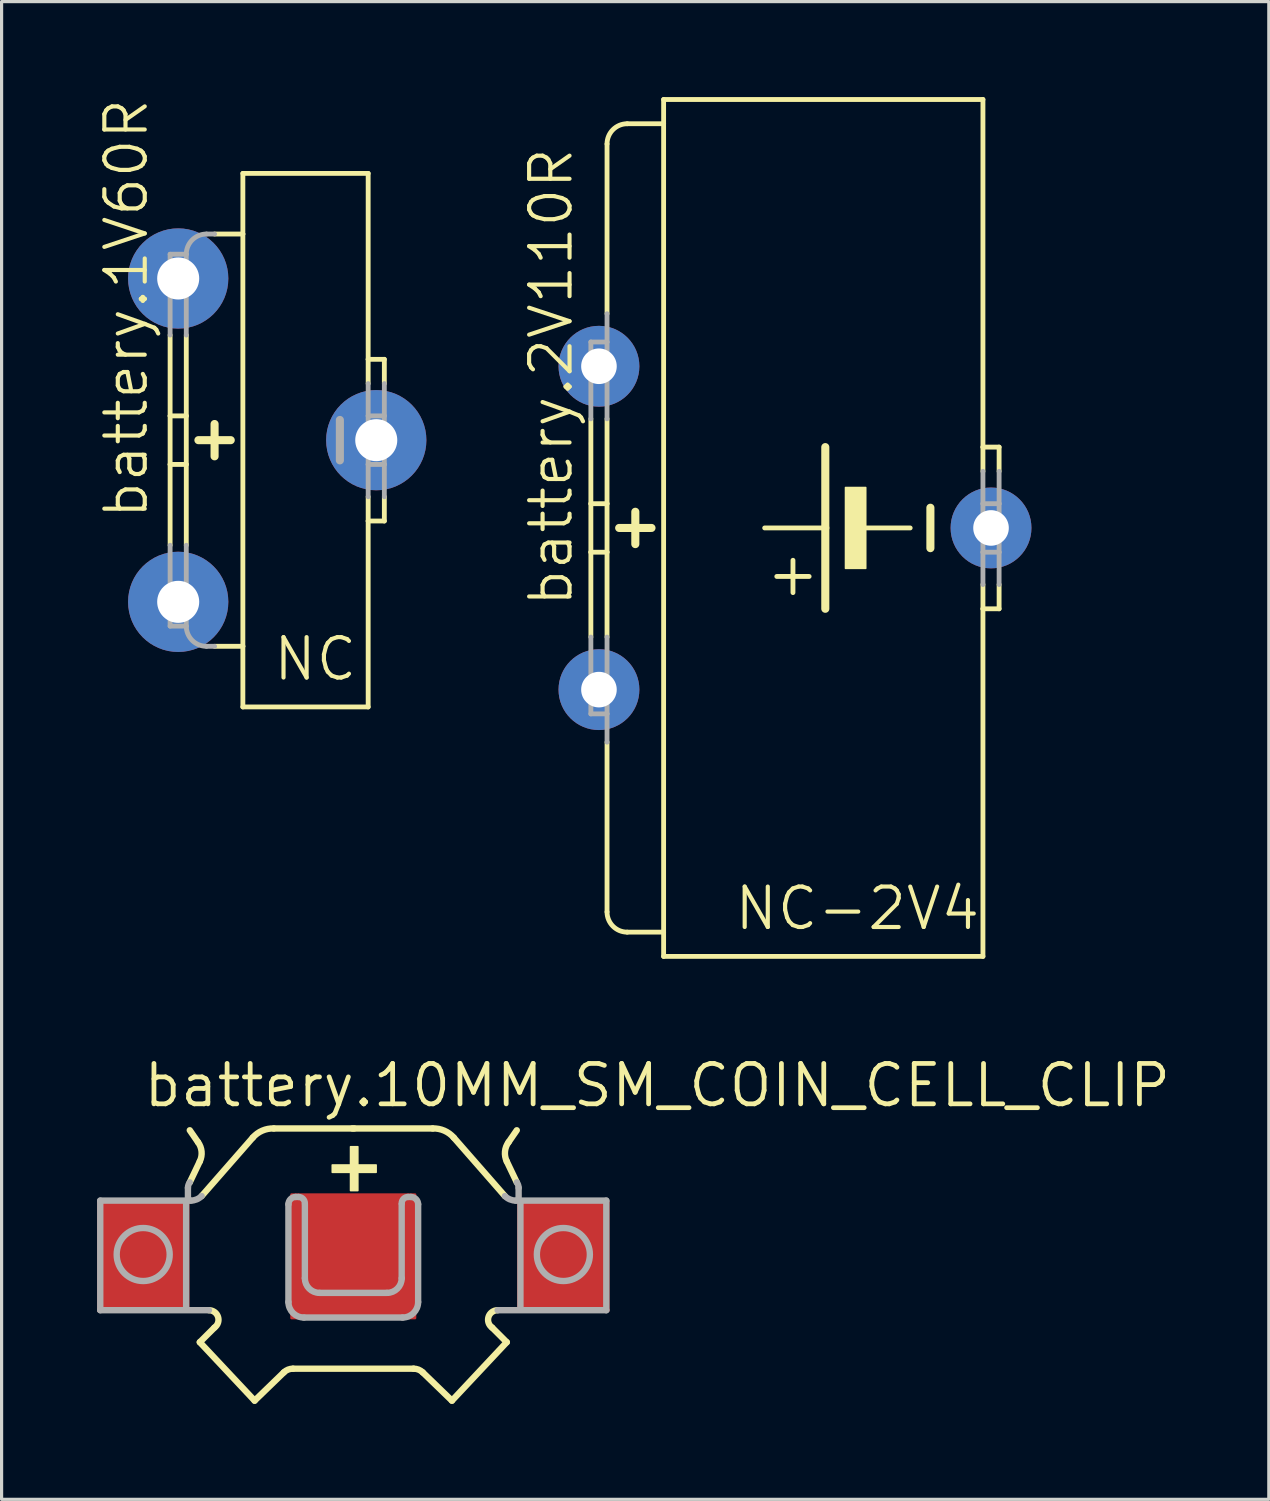
<source format=kicad_pcb>
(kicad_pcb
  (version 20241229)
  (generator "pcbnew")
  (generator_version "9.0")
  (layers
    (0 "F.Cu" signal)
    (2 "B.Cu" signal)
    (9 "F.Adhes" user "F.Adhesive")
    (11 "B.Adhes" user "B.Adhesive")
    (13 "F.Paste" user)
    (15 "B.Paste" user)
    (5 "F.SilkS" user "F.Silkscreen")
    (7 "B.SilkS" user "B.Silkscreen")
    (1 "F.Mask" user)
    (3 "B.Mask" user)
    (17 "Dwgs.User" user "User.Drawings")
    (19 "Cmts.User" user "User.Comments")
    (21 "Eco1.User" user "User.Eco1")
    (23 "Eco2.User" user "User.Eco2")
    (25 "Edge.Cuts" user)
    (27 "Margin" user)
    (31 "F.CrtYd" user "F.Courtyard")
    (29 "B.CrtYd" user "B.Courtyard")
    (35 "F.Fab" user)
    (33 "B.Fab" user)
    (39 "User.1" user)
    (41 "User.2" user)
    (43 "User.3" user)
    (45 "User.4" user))
  (footprint "battery.10MM_SM_COIN_CELL_CLIP"
    (layer "F.Cu")
    (at 8.05 36.424)
    (property "Reference" "battery.10MM_SM_COIN_CELL_CLIP" (at -6.664 -4.628 0) (layer "F.SilkS") (effects (font (size 1.27 1.27) (thickness 0.15)) (justify left bottom)))
    (attr smd)
    (fp_line (start -5.137 -2.325) (end -4.822 -2.985) (stroke (width 0.2) (type default)) (layer "F.SilkS"))
    (fp_line (start -4.879 -3.587) (end -5.137 -3.961) (stroke (width 0.2) (type default)) (layer "F.SilkS"))
    (fp_line (start -4.822 2.698) (end -3.1 4.535) (stroke (width 0.2) (type default)) (layer "F.SilkS"))
    (fp_line (start -4.764 -1.894) (end -3.157 -3.731) (stroke (width 0.2) (type default)) (layer "F.SilkS"))
    (fp_line (start -4.362 2.239) (end -4.822 2.698) (stroke (width 0.2) (type default)) (layer "F.SilkS"))
    (fp_line (start -3.1 4.535) (end -2.181 3.645) (stroke (width 0.2) (type default)) (layer "F.SilkS"))
    (fp_line (start -2.497 -4.018) (end 0.029 -4.018) (stroke (width 0.2) (type default)) (layer "F.SilkS"))
    (fp_line (start 1.894 3.53) (end -1.894 3.53) (stroke (width 0.2) (type default)) (layer "F.SilkS"))
    (fp_line (start 2.497 -4.018) (end -0.029 -4.018) (stroke (width 0.2) (type default)) (layer "F.SilkS"))
    (fp_line (start 3.1 4.535) (end 2.181 3.645) (stroke (width 0.2) (type default)) (layer "F.SilkS"))
    (fp_line (start 4.362 2.239) (end 4.822 2.698) (stroke (width 0.2) (type default)) (layer "F.SilkS"))
    (fp_line (start 4.764 -1.894) (end 3.157 -3.731) (stroke (width 0.2) (type default)) (layer "F.SilkS"))
    (fp_line (start 4.822 2.698) (end 3.1 4.535) (stroke (width 0.2) (type default)) (layer "F.SilkS"))
    (fp_line (start 4.879 -3.587) (end 5.137 -3.961) (stroke (width 0.2) (type default)) (layer "F.SilkS"))
    (fp_line (start 5.137 -2.325) (end 4.822 -2.985) (stroke (width 0.2) (type default)) (layer "F.SilkS"))
    (fp_rect (start -0.66 -2.64) (end 0.718 -2.87) (stroke (width 0.05) (type default)) (fill yes) (layer "F.SilkS"))
    (fp_rect (start -0.086 -2.066) (end 0.143 -3.444) (stroke (width 0.05) (type default)) (fill yes) (layer "F.SilkS"))
    (fp_arc (start -4.879 -3.5875) (mid -4.766727 -3.294109) (end -4.8216 -2.9848) (stroke (width 0.2) (type default)) (layer "F.SilkS"))
    (fp_arc (start -4.5346 1.6933) (mid -4.248679 1.902848) (end -4.3624 2.2386) (stroke (width 0.2) (type default)) (layer "F.SilkS"))
    (fp_arc (start -3.157 -3.731) (mid -2.859178 -3.948624) (end -2.4969 -4.018) (stroke (width 0.2) (type default)) (layer "F.SilkS"))
    (fp_arc (start -2.1812 3.6449) (mid -2.049008 3.55923) (end -1.8942 3.5301) (stroke (width 0.2) (type default)) (layer "F.SilkS"))
    (fp_arc (start 1.8942 3.5301) (mid 2.049008 3.55923) (end 2.1812 3.6449) (stroke (width 0.2) (type default)) (layer "F.SilkS"))
    (fp_arc (start 2.4969 -4.018) (mid 2.859178 -3.948624) (end 3.157 -3.731) (stroke (width 0.2) (type default)) (layer "F.SilkS"))
    (fp_arc (start 4.3624 2.2386) (mid 4.248679 1.902848) (end 4.5346 1.6933) (stroke (width 0.2) (type default)) (layer "F.SilkS"))
    (fp_arc (start 4.8216 -2.9848) (mid 4.766727 -3.294109) (end 4.879 -3.5875) (stroke (width 0.2) (type default)) (layer "F.SilkS"))
    (fp_line (start -7.95 -1.751) (end -7.95 1.693) (stroke (width 0.2) (type default)) (layer "F.Fab"))
    (fp_line (start -7.95 -1.751) (end -5.109 -1.751) (stroke (width 0.2) (type default)) (layer "F.Fab"))
    (fp_line (start -7.95 1.693) (end -4.535 1.693) (stroke (width 0.2) (type default)) (layer "F.Fab"))
    (fp_line (start -5.252 1.607) (end -5.252 -1.693) (stroke (width 0.2) (type default)) (layer "F.Fab"))
    (fp_line (start -5.195 -1.808) (end -5.195 -2.152) (stroke (width 0.2) (type default)) (layer "F.Fab"))
    (fp_line (start -2.038 1.435) (end -2.038 -1.636) (stroke (width 0.2) (type default)) (layer "F.Fab"))
    (fp_line (start -1.808 -1.865) (end -1.722 -1.865) (stroke (width 0.2) (type default)) (layer "F.Fab"))
    (fp_line (start -1.55 1.923) (end 1.55 1.923) (stroke (width 0.2) (type default)) (layer "F.Fab"))
    (fp_line (start -1.521 -1.636) (end -1.521 0.689) (stroke (width 0.2) (type default)) (layer "F.Fab"))
    (fp_line (start 1.062 1.148) (end -1.062 1.148) (stroke (width 0.2) (type default)) (layer "F.Fab"))
    (fp_line (start 1.521 -1.636) (end 1.521 0.689) (stroke (width 0.2) (type default)) (layer "F.Fab"))
    (fp_line (start 1.808 -1.865) (end 1.722 -1.865) (stroke (width 0.2) (type default)) (layer "F.Fab"))
    (fp_line (start 2.038 1.435) (end 2.038 -1.636) (stroke (width 0.2) (type default)) (layer "F.Fab"))
    (fp_line (start 5.195 -1.808) (end 5.195 -2.152) (stroke (width 0.2) (type default)) (layer "F.Fab"))
    (fp_line (start 5.252 1.607) (end 5.252 -1.693) (stroke (width 0.2) (type default)) (layer "F.Fab"))
    (fp_line (start 7.95 -1.751) (end 5.109 -1.751) (stroke (width 0.2) (type default)) (layer "F.Fab"))
    (fp_line (start 7.95 -1.751) (end 7.95 1.693) (stroke (width 0.2) (type default)) (layer "F.Fab"))
    (fp_line (start 7.95 1.693) (end 4.535 1.693) (stroke (width 0.2) (type default)) (layer "F.Fab"))
    (fp_arc (start -5.1947 -2.1525) (mid -5.179972 -2.243257) (end -5.1373 -2.3247) (stroke (width 0.2) (type default)) (layer "F.Fab"))
    (fp_arc (start -4.7642 -1.8942) (mid -4.92205 -1.78801) (end -5.1086 -1.7507) (stroke (width 0.2) (type default)) (layer "F.Fab"))
    (fp_arc (start -2.0377 -1.6359) (mid -1.970452 -1.798252) (end -1.8081 -1.8655) (stroke (width 0.2) (type default)) (layer "F.Fab"))
    (fp_arc (start -1.722 -1.8655) (mid -1.579942 -1.806658) (end -1.5211 -1.6646) (stroke (width 0.2) (type default)) (layer "F.Fab"))
    (fp_arc (start -1.5498 1.9229) (mid -1.894797 1.779997) (end -2.0377 1.435) (stroke (width 0.2) (type default)) (layer "F.Fab"))
    (fp_arc (start -1.0619 1.148) (mid -1.386603 1.013503) (end -1.5211 0.6888) (stroke (width 0.2) (type default)) (layer "F.Fab"))
    (fp_arc (start 1.5211 -1.6646) (mid 1.579942 -1.806658) (end 1.722 -1.8655) (stroke (width 0.2) (type default)) (layer "F.Fab"))
    (fp_arc (start 1.5211 0.6888) (mid 1.386603 1.013503) (end 1.0619 1.148) (stroke (width 0.2) (type default)) (layer "F.Fab"))
    (fp_arc (start 1.8081 -1.8655) (mid 1.970452 -1.798252) (end 2.0377 -1.6359) (stroke (width 0.2) (type default)) (layer "F.Fab"))
    (fp_arc (start 2.0377 1.435) (mid 1.894797 1.779997) (end 1.5498 1.9229) (stroke (width 0.2) (type default)) (layer "F.Fab"))
    (fp_arc (start 5.1086 -1.7507) (mid 4.92205 -1.78801) (end 4.7642 -1.8942) (stroke (width 0.2) (type default)) (layer "F.Fab"))
    (fp_arc (start 5.1373 -2.3247) (mid 5.179972 -2.243257) (end 5.1947 -2.1525) (stroke (width 0.2) (type default)) (layer "F.Fab"))
    (fp_circle (center -6.601 -0.057) (end -5.768 -0.057) (stroke (width 0.2) (type default)) (fill no) (layer "F.Fab"))
    (fp_circle (center 6.601 -0.057) (end 7.434 -0.057) (stroke (width 0.2) (type default)) (fill no) (layer "F.Fab"))
    (pad "+@1" smd roundrect (at -6.6 0) (size 2.9 3.5) (layers "F.Cu" "F.Mask" "F.Paste") (roundrect_rratio 0.01))
    (pad "+@2" smd roundrect (at 6.6 0) (size 2.9 3.5) (layers "F.Cu" "F.Mask" "F.Paste") (roundrect_rratio 0.01))
    (pad "-" smd roundrect (at 0 0) (size 3.96 3.96) (layers "F.Cu" "F.Mask" "F.Paste") (roundrect_rratio 0.01)))
  (footprint "battery.2V110R"
    (layer "F.Cu")
    (at 20.849 13.538)
    (property "Reference" "battery.2V110R" (at -5.842 2.54 90) (layer "F.SilkS") (effects (font (size 1.27 1.27) (thickness 0.13)) (justify left bottom)))
    (attr through_hole)
    (fp_line (start -5.334 -0.762) (end -5.334 -3.429) (stroke (width 0.152) (type default)) (layer "F.SilkS"))
    (fp_line (start -5.334 0.762) (end -5.334 -0.762) (stroke (width 0.152) (type default)) (layer "F.SilkS"))
    (fp_line (start -5.334 3.429) (end -5.334 0.762) (stroke (width 0.152) (type default)) (layer "F.SilkS"))
    (fp_line (start -4.826 -6.731) (end -4.826 -12.065) (stroke (width 0.152) (type default)) (layer "F.SilkS"))
    (fp_line (start -4.826 -0.762) (end -5.334 -0.762) (stroke (width 0.152) (type default)) (layer "F.SilkS"))
    (fp_line (start -4.826 -0.762) (end -4.826 -3.429) (stroke (width 0.152) (type default)) (layer "F.SilkS"))
    (fp_line (start -4.826 0.762) (end -5.334 0.762) (stroke (width 0.152) (type default)) (layer "F.SilkS"))
    (fp_line (start -4.826 0.762) (end -4.826 -0.762) (stroke (width 0.152) (type default)) (layer "F.SilkS"))
    (fp_line (start -4.826 3.429) (end -4.826 0.762) (stroke (width 0.152) (type default)) (layer "F.SilkS"))
    (fp_line (start -4.826 12.065) (end -4.826 6.731) (stroke (width 0.152) (type default)) (layer "F.SilkS"))
    (fp_line (start -4.445 0) (end -3.429 0) (stroke (width 0.254) (type default)) (layer "F.SilkS"))
    (fp_line (start -4.191 12.7) (end -3.048 12.7) (stroke (width 0.152) (type default)) (layer "F.SilkS"))
    (fp_line (start -3.937 -0.508) (end -3.937 0.508) (stroke (width 0.254) (type default)) (layer "F.SilkS"))
    (fp_line (start -3.048 -13.462) (end -3.048 -12.7) (stroke (width 0.152) (type default)) (layer "F.SilkS"))
    (fp_line (start -3.048 -13.462) (end 6.985 -13.462) (stroke (width 0.152) (type default)) (layer "F.SilkS"))
    (fp_line (start -3.048 -12.7) (end -4.191 -12.7) (stroke (width 0.152) (type default)) (layer "F.SilkS"))
    (fp_line (start -3.048 -12.7) (end -3.048 12.7) (stroke (width 0.152) (type default)) (layer "F.SilkS"))
    (fp_line (start -3.048 12.7) (end -3.048 13.462) (stroke (width 0.152) (type default)) (layer "F.SilkS"))
    (fp_line (start -3.048 13.462) (end 6.985 13.462) (stroke (width 0.152) (type default)) (layer "F.SilkS"))
    (fp_line (start 1.016 2.032) (end 1.016 1.016) (stroke (width 0.152) (type default)) (layer "F.SilkS"))
    (fp_line (start 1.524 1.524) (end 0.508 1.524) (stroke (width 0.152) (type default)) (layer "F.SilkS"))
    (fp_line (start 2.032 0) (end 0.127 0) (stroke (width 0.152) (type default)) (layer "F.SilkS"))
    (fp_line (start 2.032 0) (end 2.032 -2.54) (stroke (width 0.254) (type default)) (layer "F.SilkS"))
    (fp_line (start 2.032 2.54) (end 2.032 0) (stroke (width 0.254) (type default)) (layer "F.SilkS"))
    (fp_line (start 4.699 0) (end 3.302 0) (stroke (width 0.152) (type default)) (layer "F.SilkS"))
    (fp_line (start 5.334 -0.635) (end 5.334 0.635) (stroke (width 0.254) (type default)) (layer "F.SilkS"))
    (fp_line (start 6.985 -2.54) (end 6.985 -13.462) (stroke (width 0.152) (type default)) (layer "F.SilkS"))
    (fp_line (start 6.985 -1.778) (end 6.985 -2.54) (stroke (width 0.152) (type default)) (layer "F.SilkS"))
    (fp_line (start 6.985 2.54) (end 6.985 1.778) (stroke (width 0.152) (type default)) (layer "F.SilkS"))
    (fp_line (start 6.985 13.462) (end 6.985 2.54) (stroke (width 0.152) (type default)) (layer "F.SilkS"))
    (fp_line (start 7.493 -2.54) (end 6.985 -2.54) (stroke (width 0.152) (type default)) (layer "F.SilkS"))
    (fp_line (start 7.493 -1.778) (end 7.493 -2.54) (stroke (width 0.152) (type default)) (layer "F.SilkS"))
    (fp_line (start 7.493 1.778) (end 7.493 2.54) (stroke (width 0.152) (type default)) (layer "F.SilkS"))
    (fp_line (start 7.493 2.54) (end 6.985 2.54) (stroke (width 0.152) (type default)) (layer "F.SilkS"))
    (fp_rect (start 2.667 1.27) (end 3.302 -1.27) (stroke (width 0.05) (type default)) (fill yes) (layer "F.SilkS"))
    (fp_arc (start -4.826 -12.065) (mid -4.640013 -12.514013) (end -4.191 -12.7) (stroke (width 0.1524) (type default)) (layer "F.SilkS"))
    (fp_arc (start -4.191 12.7) (mid -4.640013 12.514013) (end -4.826 12.065) (stroke (width 0.1524) (type default)) (layer "F.SilkS"))
    (fp_line (start -5.334 -3.429) (end -5.334 -5.842) (stroke (width 0.152) (type default)) (layer "F.Fab"))
    (fp_line (start -5.334 5.842) (end -5.334 3.429) (stroke (width 0.152) (type default)) (layer "F.Fab"))
    (fp_line (start -4.826 -5.842) (end -5.334 -5.842) (stroke (width 0.152) (type default)) (layer "F.Fab"))
    (fp_line (start -4.826 -5.842) (end -4.826 -6.731) (stroke (width 0.152) (type default)) (layer "F.Fab"))
    (fp_line (start -4.826 -3.429) (end -4.826 -5.842) (stroke (width 0.152) (type default)) (layer "F.Fab"))
    (fp_line (start -4.826 5.842) (end -5.334 5.842) (stroke (width 0.152) (type default)) (layer "F.Fab"))
    (fp_line (start -4.826 5.842) (end -4.826 3.429) (stroke (width 0.152) (type default)) (layer "F.Fab"))
    (fp_line (start -4.826 6.731) (end -4.826 5.842) (stroke (width 0.152) (type default)) (layer "F.Fab"))
    (fp_line (start 6.985 -0.762) (end 6.985 -1.778) (stroke (width 0.152) (type default)) (layer "F.Fab"))
    (fp_line (start 6.985 0.762) (end 6.985 -0.762) (stroke (width 0.152) (type default)) (layer "F.Fab"))
    (fp_line (start 6.985 1.778) (end 6.985 0.762) (stroke (width 0.152) (type default)) (layer "F.Fab"))
    (fp_line (start 7.493 -0.762) (end 6.985 -0.762) (stroke (width 0.152) (type default)) (layer "F.Fab"))
    (fp_line (start 7.493 -0.762) (end 7.493 -1.778) (stroke (width 0.152) (type default)) (layer "F.Fab"))
    (fp_line (start 7.493 0.762) (end 6.985 0.762) (stroke (width 0.152) (type default)) (layer "F.Fab"))
    (fp_line (start 7.493 0.762) (end 7.493 -0.762) (stroke (width 0.152) (type default)) (layer "F.Fab"))
    (fp_line (start 7.493 1.778) (end 7.493 0.762) (stroke (width 0.152) (type default)) (layer "F.Fab"))
    (fp_text user "NC-2V4" (at -0.889 12.7 0) (layer "F.SilkS") (effects (font (size 1.27 1.27) (thickness 0.13)) (justify left bottom)))
    (pad "+" thru_hole circle (at -5.08 5.08) (size 2.54 2.54) (drill 1.118) (layers "*.Cu" "*.Mask"))
    (pad "+@1" thru_hole circle (at -5.08 -5.08) (size 2.54 2.54) (drill 1.118) (layers "*.Cu" "*.Mask"))
    (pad "-" thru_hole circle (at 7.239 0) (size 2.54 2.54) (drill 1.118) (layers "*.Cu" "*.Mask")))
  (footprint "battery.1V60R"
    (layer "F.Cu")
    (at 5.089 10.78)
    (property "Reference" "battery.1V60R" (at -3.429 2.54 90) (layer "F.SilkS") (effects (font (size 1.27 1.27) (thickness 0.13)) (justify left bottom)))
    (attr through_hole)
    (fp_line (start -2.794 -0.762) (end -2.794 -3.302) (stroke (width 0.152) (type default)) (layer "F.SilkS"))
    (fp_line (start -2.794 0.762) (end -2.794 -0.762) (stroke (width 0.152) (type default)) (layer "F.SilkS"))
    (fp_line (start -2.794 3.302) (end -2.794 0.762) (stroke (width 0.152) (type default)) (layer "F.SilkS"))
    (fp_line (start -2.286 -0.762) (end -2.794 -0.762) (stroke (width 0.152) (type default)) (layer "F.SilkS"))
    (fp_line (start -2.286 -0.762) (end -2.286 -3.302) (stroke (width 0.152) (type default)) (layer "F.SilkS"))
    (fp_line (start -2.286 0.762) (end -2.794 0.762) (stroke (width 0.152) (type default)) (layer "F.SilkS"))
    (fp_line (start -2.286 0.762) (end -2.286 -0.762) (stroke (width 0.152) (type default)) (layer "F.SilkS"))
    (fp_line (start -2.286 3.302) (end -2.286 0.762) (stroke (width 0.152) (type default)) (layer "F.SilkS"))
    (fp_line (start -1.905 0) (end -0.889 0) (stroke (width 0.254) (type default)) (layer "F.SilkS"))
    (fp_line (start -1.397 -0.508) (end -1.397 0.508) (stroke (width 0.254) (type default)) (layer "F.SilkS"))
    (fp_line (start -1.397 6.477) (end -0.508 6.477) (stroke (width 0.152) (type default)) (layer "F.SilkS"))
    (fp_line (start -0.508 -8.382) (end 3.429 -8.382) (stroke (width 0.152) (type default)) (layer "F.SilkS"))
    (fp_line (start -0.508 -6.477) (end -1.397 -6.477) (stroke (width 0.152) (type default)) (layer "F.SilkS"))
    (fp_line (start -0.508 -6.477) (end -0.508 -8.382) (stroke (width 0.152) (type default)) (layer "F.SilkS"))
    (fp_line (start -0.508 -6.477) (end -0.508 6.477) (stroke (width 0.152) (type default)) (layer "F.SilkS"))
    (fp_line (start -0.508 6.477) (end -0.508 8.382) (stroke (width 0.152) (type default)) (layer "F.SilkS"))
    (fp_line (start -0.508 8.382) (end 3.429 8.382) (stroke (width 0.152) (type default)) (layer "F.SilkS"))
    (fp_line (start 3.429 -2.54) (end 3.429 -8.382) (stroke (width 0.152) (type default)) (layer "F.SilkS"))
    (fp_line (start 3.429 -1.778) (end 3.429 -2.54) (stroke (width 0.152) (type default)) (layer "F.SilkS"))
    (fp_line (start 3.429 2.54) (end 3.429 1.778) (stroke (width 0.152) (type default)) (layer "F.SilkS"))
    (fp_line (start 3.429 8.382) (end 3.429 2.54) (stroke (width 0.152) (type default)) (layer "F.SilkS"))
    (fp_line (start 3.937 -2.54) (end 3.429 -2.54) (stroke (width 0.152) (type default)) (layer "F.SilkS"))
    (fp_line (start 3.937 -1.778) (end 3.937 -2.54) (stroke (width 0.152) (type default)) (layer "F.SilkS"))
    (fp_line (start 3.937 1.778) (end 3.937 2.54) (stroke (width 0.152) (type default)) (layer "F.SilkS"))
    (fp_line (start 3.937 2.54) (end 3.429 2.54) (stroke (width 0.152) (type default)) (layer "F.SilkS"))
    (fp_line (start -2.794 -3.302) (end -2.794 -5.842) (stroke (width 0.152) (type default)) (layer "F.Fab"))
    (fp_line (start -2.794 5.842) (end -2.794 3.302) (stroke (width 0.152) (type default)) (layer "F.Fab"))
    (fp_line (start -2.286 -5.842) (end -2.794 -5.842) (stroke (width 0.152) (type default)) (layer "F.Fab"))
    (fp_line (start -2.286 -3.302) (end -2.286 -5.842) (stroke (width 0.152) (type default)) (layer "F.Fab"))
    (fp_line (start -2.286 5.842) (end -2.794 5.842) (stroke (width 0.152) (type default)) (layer "F.Fab"))
    (fp_line (start -2.286 5.842) (end -2.286 3.302) (stroke (width 0.152) (type default)) (layer "F.Fab"))
    (fp_line (start -1.651 -6.477) (end -1.397 -6.477) (stroke (width 0.152) (type default)) (layer "F.Fab"))
    (fp_line (start -1.651 6.477) (end -1.397 6.477) (stroke (width 0.152) (type default)) (layer "F.Fab"))
    (fp_line (start 2.54 -0.635) (end 2.54 0.635) (stroke (width 0.254) (type default)) (layer "F.Fab"))
    (fp_line (start 3.429 -0.762) (end 3.429 -1.778) (stroke (width 0.152) (type default)) (layer "F.Fab"))
    (fp_line (start 3.429 0.762) (end 3.429 -0.762) (stroke (width 0.152) (type default)) (layer "F.Fab"))
    (fp_line (start 3.429 1.778) (end 3.429 0.762) (stroke (width 0.152) (type default)) (layer "F.Fab"))
    (fp_line (start 3.937 -0.762) (end 3.429 -0.762) (stroke (width 0.152) (type default)) (layer "F.Fab"))
    (fp_line (start 3.937 -0.762) (end 3.937 -1.778) (stroke (width 0.152) (type default)) (layer "F.Fab"))
    (fp_line (start 3.937 0.762) (end 3.429 0.762) (stroke (width 0.152) (type default)) (layer "F.Fab"))
    (fp_line (start 3.937 0.762) (end 3.937 -0.762) (stroke (width 0.152) (type default)) (layer "F.Fab"))
    (fp_line (start 3.937 1.778) (end 3.937 0.762) (stroke (width 0.152) (type default)) (layer "F.Fab"))
    (fp_arc (start -2.286 -5.842) (mid -2.100013 -6.291013) (end -1.651 -6.477) (stroke (width 0.1524) (type default)) (layer "F.Fab"))
    (fp_arc (start -1.651 6.477) (mid -2.100013 6.291013) (end -2.286 5.842) (stroke (width 0.1524) (type default)) (layer "F.Fab"))
    (fp_text user "NC" (at 0.381 7.62 0) (layer "F.SilkS") (effects (font (size 1.27 1.27) (thickness 0.13)) (justify left bottom)))
    (pad "+" thru_hole circle (at -2.54 5.08) (size 3.15 3.15) (drill 1.321) (layers "*.Cu" "*.Mask"))
    (pad "+@1" thru_hole circle (at -2.54 -5.08) (size 3.15 3.15) (drill 1.321) (layers "*.Cu" "*.Mask"))
    (pad "-" thru_hole circle (at 3.683 0) (size 3.15 3.15) (drill 1.321) (layers "*.Cu" "*.Mask")))
  (gr_rect
    (start -3 -3)
    (end 36.816 44.059)
    (stroke (width 0.1) (type default))
    (fill no)
    (layer "Edge.Cuts")))
</source>
